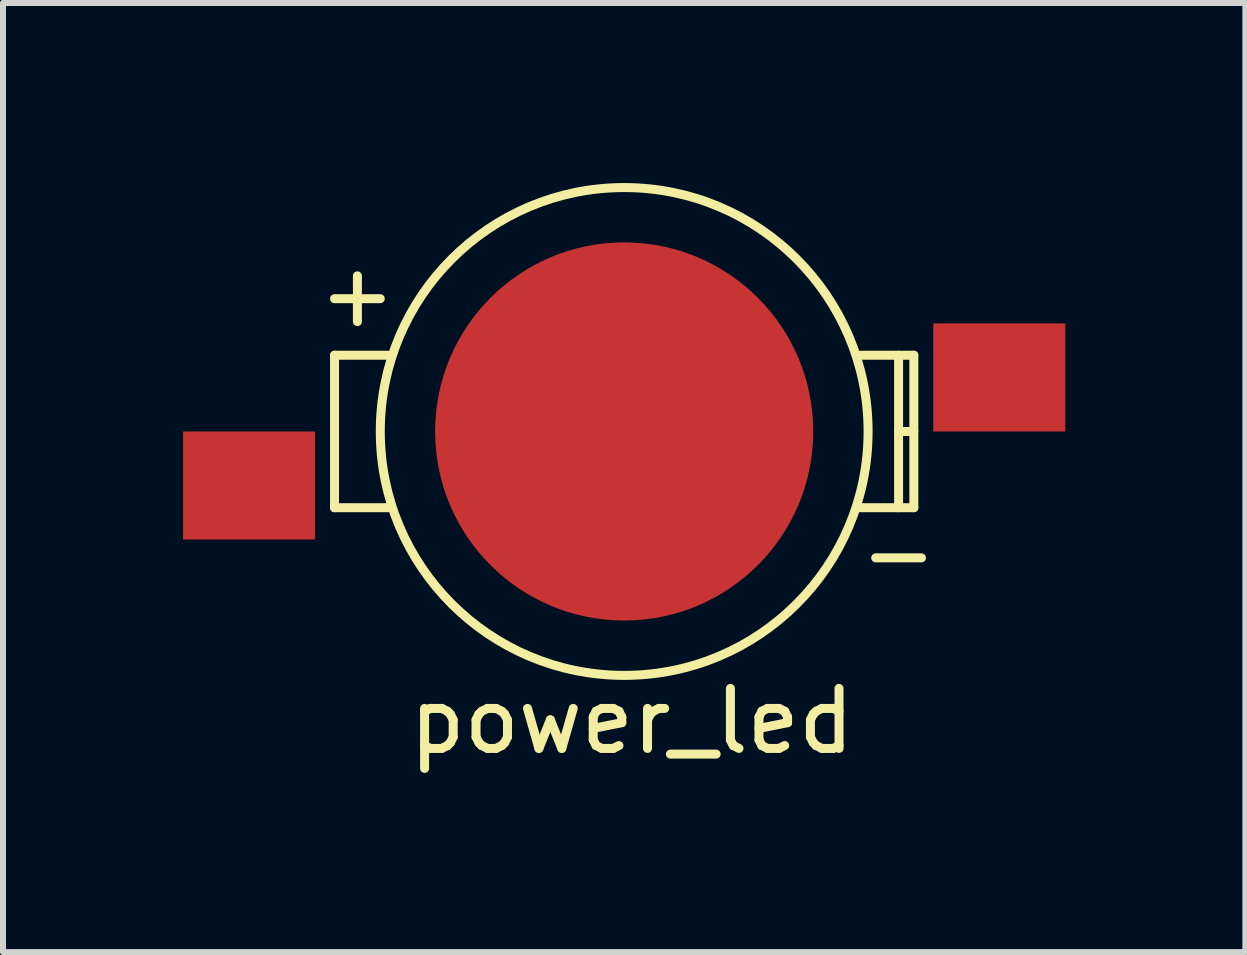
<source format=kicad_pcb>
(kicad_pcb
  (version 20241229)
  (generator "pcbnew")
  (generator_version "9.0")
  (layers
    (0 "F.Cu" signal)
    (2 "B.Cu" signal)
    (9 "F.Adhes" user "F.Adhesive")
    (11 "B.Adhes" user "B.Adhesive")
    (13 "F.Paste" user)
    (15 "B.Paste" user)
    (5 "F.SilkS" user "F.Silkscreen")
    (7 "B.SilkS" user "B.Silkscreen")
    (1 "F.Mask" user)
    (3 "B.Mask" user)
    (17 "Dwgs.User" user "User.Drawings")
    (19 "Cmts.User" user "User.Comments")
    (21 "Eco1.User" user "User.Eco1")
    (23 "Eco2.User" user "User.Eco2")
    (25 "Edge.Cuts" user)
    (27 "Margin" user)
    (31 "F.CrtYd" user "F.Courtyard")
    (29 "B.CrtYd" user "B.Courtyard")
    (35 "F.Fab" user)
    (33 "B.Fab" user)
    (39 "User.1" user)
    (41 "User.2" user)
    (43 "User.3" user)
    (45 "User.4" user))
  (footprint "power_led"
    (layer "F.Cu")
    (at 7.35 4.139)
    (property "Reference" "power_led" (at 0.127 4.826 0) (layer "F.SilkS") (effects (font (size 1 1) (thickness 0.15))))
    (attr through_hole)
    (fp_line (start -4.826 -1.27) (end -3.937 -1.27) (stroke (width 0.15) (type solid)) (layer "F.SilkS"))
    (fp_line (start -4.826 1.27) (end -4.826 -1.27) (stroke (width 0.15) (type solid)) (layer "F.SilkS"))
    (fp_line (start -4.826 1.27) (end -3.937 1.27) (stroke (width 0.15) (type solid)) (layer "F.SilkS"))
    (fp_line (start 3.937 -1.27) (end 4.826 -1.27) (stroke (width 0.15) (type solid)) (layer "F.SilkS"))
    (fp_line (start 4.572 1.27) (end 4.572 -1.27) (stroke (width 0.15) (type solid)) (layer "F.SilkS"))
    (fp_line (start 4.826 -1.27) (end 4.826 1.27) (stroke (width 0.15) (type solid)) (layer "F.SilkS"))
    (fp_line (start 4.826 0) (end 4.572 0) (stroke (width 0.15) (type solid)) (layer "F.SilkS"))
    (fp_line (start 4.826 1.27) (end 3.937 1.27) (stroke (width 0.15) (type solid)) (layer "F.SilkS"))
    (fp_circle (center 0 0) (end 4.064 0) (stroke (width 0.15) (type solid)) (fill no) (layer "F.SilkS"))
    (fp_text user "+" (at -4.445 -2.286 0) (layer "F.SilkS") (effects (font (size 1 1) (thickness 0.15))))
    (fp_text user "-" (at 4.572 2.032 0) (layer "F.SilkS") (effects (font (size 1 1) (thickness 0.15))))
    (pad "1" smd rect (at -6.25 0.9) (size 2.2 1.8) (layers "F.Cu" "F.Mask" "F.Paste"))
    (pad "2" smd rect (at 6.25 -0.9) (size 2.2 1.8) (layers "F.Cu" "F.Mask" "F.Paste"))
    (pad "3" smd circle (at 0 0) (size 6.3 6.3) (layers "F.Cu" "F.Mask" "F.Paste")))
  (gr_rect
    (start -3 -3)
    (end 17.7 12.813)
    (stroke (width 0.1) (type default))
    (fill no)
    (layer "Edge.Cuts")))
</source>
